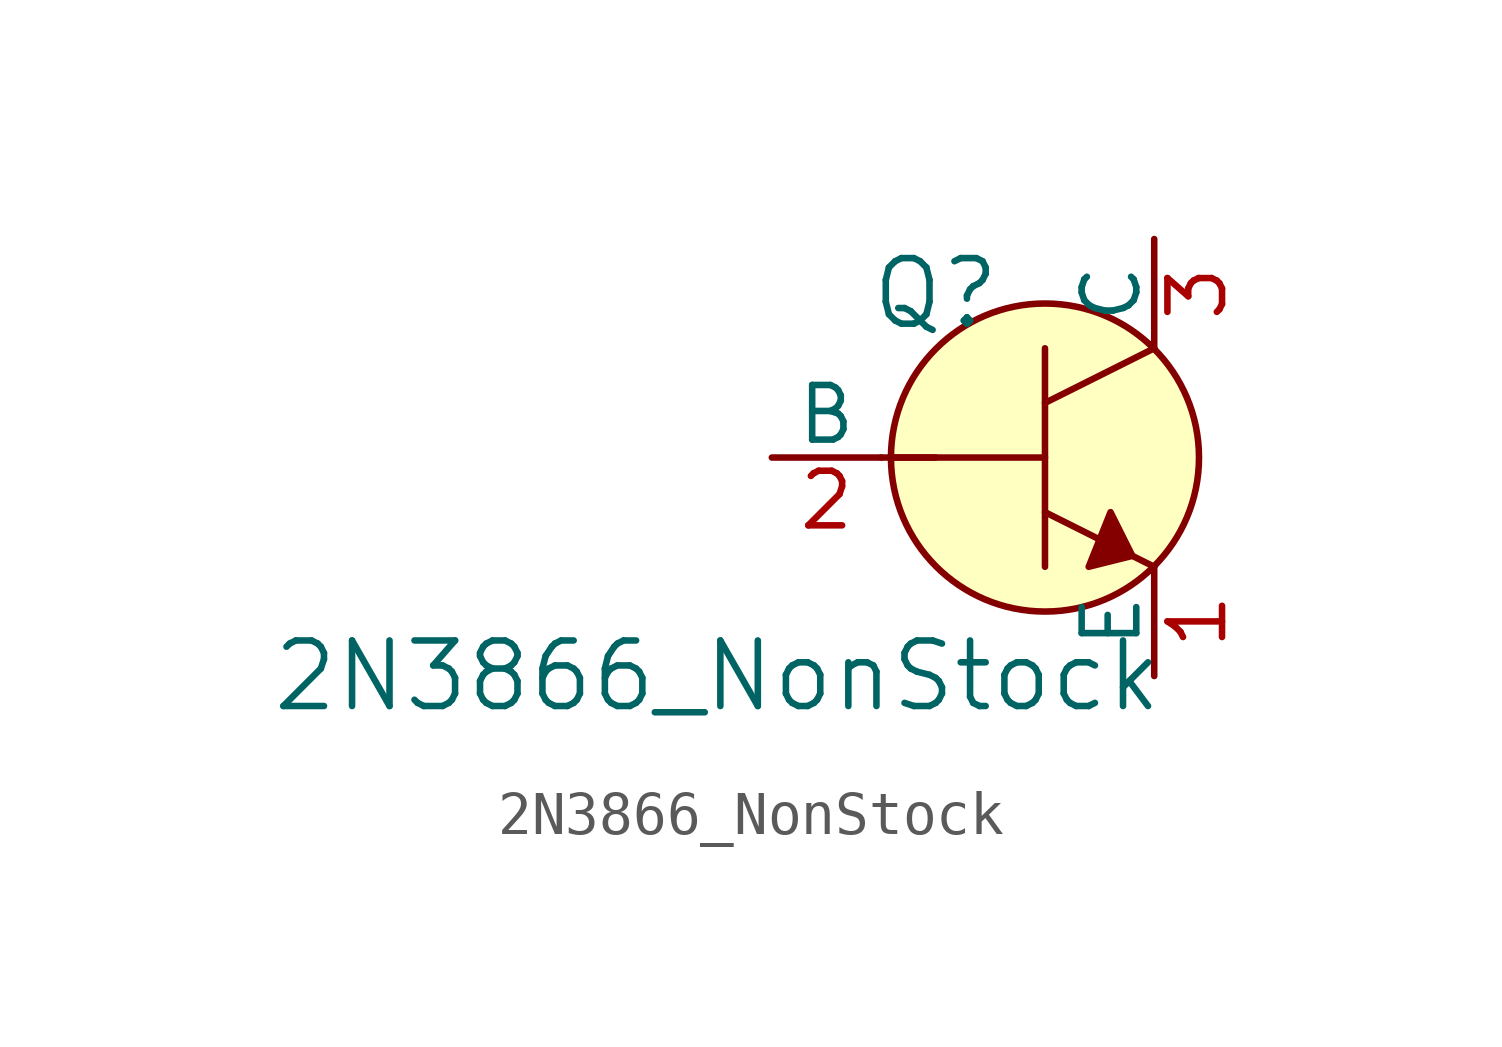
<source format=kicad_sym>
(kicad_symbol_lib
  (version 20211014)
  (generator kicad_symbol_editor)
  (symbol "2N3866_NonStock"
    (pin_names
      (offset 0))
    (property "Reference" "Q"
      (at -2.54 3.81 0)
      (effects (font (size 1.524 1.524))))
    (property "Value" "2N3866_NonStock"
      (at -7.62 -5.08 0)
      (effects (font (size 1.524 1.524))))
    (symbol "2N3866_NonStock_0_1"
      (polyline (pts (xy -3.81 0) (xy -2.54 0)) (stroke (width 0) (type default) (color 0 0 0 0)) (fill (type none)))
      (polyline (pts (xy -3.556 0) (xy 0 0)) (stroke (width 0) (type default) (color 0 0 0 0)) (fill (type none)))
      (polyline (pts (xy 0 -1.27) (xy 2.54 -2.54)) (stroke (width 0) (type default) (color 0 0 0 0)) (fill (type none)))
      (polyline (pts (xy 0 1.27) (xy 2.54 2.54)) (stroke (width 0) (type default) (color 0 0 0 0)) (fill (type none)))
      (polyline (pts (xy 0 2.54) (xy 0 -2.54)) (stroke (width 0) (type default) (color 0 0 0 0)) (fill (type none)))
      (polyline (pts (xy 1.524 -1.27) (xy 2.032 -2.286) (xy 1.016 -2.54) (xy 1.524 -1.27)) (stroke (width 0) (type default) (color 0 0 0 0)) (fill (type outline)))
      (circle (center 0 0) (radius 3.581) (stroke (width 0) (type default) (color 0 0 0 0)) (fill (type background))))
    (symbol "2N3866_NonStock_1_1"
      (pin input line (at 2.54 -5.08 90) (length 2.54) (name "E" (effects (font (size 1.27 1.27)))) (number "1" (effects (font (size 1.27 1.27)))))
      (pin input line (at -6.35 0 0) (length 2.54) (name "B" (effects (font (size 1.27 1.27)))) (number "2" (effects (font (size 1.27 1.27)))))
      (pin input line (at 2.54 5.08 270) (length 2.54) (name "C" (effects (font (size 1.27 1.27)))) (number "3" (effects (font (size 1.27 1.27))))))))
</source>
